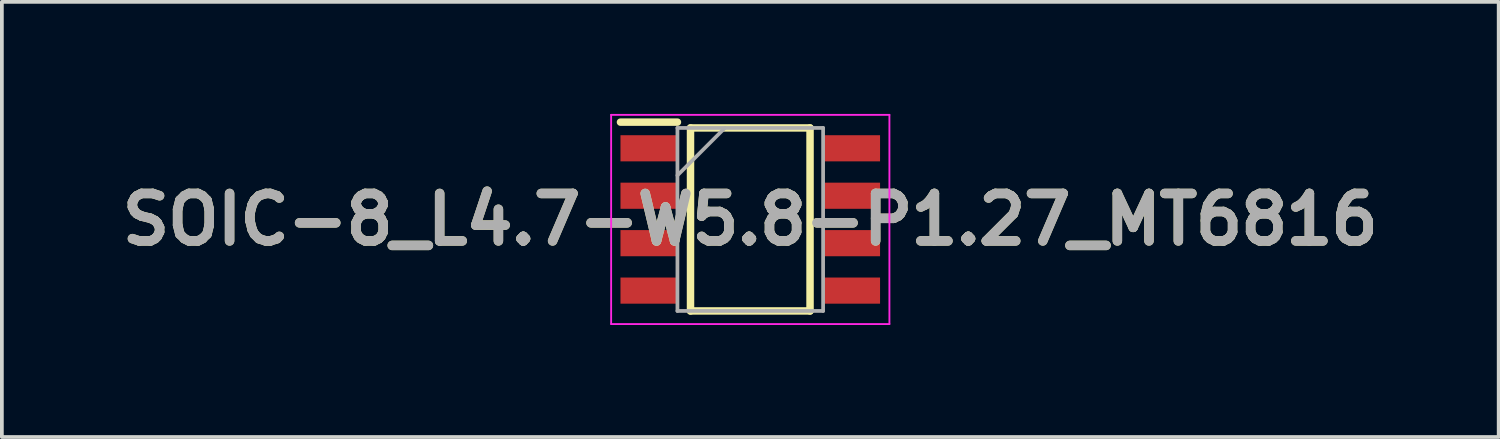
<source format=kicad_pcb>
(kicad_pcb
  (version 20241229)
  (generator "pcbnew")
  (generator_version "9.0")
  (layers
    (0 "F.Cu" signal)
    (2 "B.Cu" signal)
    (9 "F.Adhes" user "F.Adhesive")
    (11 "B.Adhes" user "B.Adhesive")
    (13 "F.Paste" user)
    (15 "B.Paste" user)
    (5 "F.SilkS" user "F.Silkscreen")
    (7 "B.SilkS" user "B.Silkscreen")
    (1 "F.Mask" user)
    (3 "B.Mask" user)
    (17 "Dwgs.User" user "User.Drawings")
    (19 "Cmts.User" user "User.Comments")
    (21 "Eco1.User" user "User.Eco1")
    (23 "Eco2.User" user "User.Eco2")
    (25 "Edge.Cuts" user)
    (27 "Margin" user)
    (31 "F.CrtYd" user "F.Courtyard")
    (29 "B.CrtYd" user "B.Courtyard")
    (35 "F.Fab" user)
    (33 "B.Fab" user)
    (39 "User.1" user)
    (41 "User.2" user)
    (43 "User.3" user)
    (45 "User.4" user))
  (footprint "SOIC-8_L4.7-W5.8-P1.27_MT6816"
    (layer "F.Cu")
    (at 17.036 2.825)
    (property "Reference" "SOIC-8_L4.7-W5.8-P1.27_MT6816" (at 0 0 0) (layer "F.SilkS") (effects (font (size 1.27 1.27) (thickness 0.254))))
    (attr smd)
    (fp_line (start -3.475 -2.605) (end -1.95 -2.605) (stroke (width 0.2) (type solid)) (layer "F.SilkS"))
    (fp_line (start -1.6 -2.45) (end 1.6 -2.45) (stroke (width 0.2) (type solid)) (layer "F.SilkS"))
    (fp_line (start -1.6 2.45) (end -1.6 -2.45) (stroke (width 0.2) (type solid)) (layer "F.SilkS"))
    (fp_line (start 1.6 -2.45) (end 1.6 2.45) (stroke (width 0.2) (type solid)) (layer "F.SilkS"))
    (fp_line (start 1.6 2.45) (end -1.6 2.45) (stroke (width 0.2) (type solid)) (layer "F.SilkS"))
    (fp_line (start -3.725 -2.8) (end 3.725 -2.8) (stroke (width 0.05) (type solid)) (layer "F.CrtYd"))
    (fp_line (start -3.725 2.8) (end -3.725 -2.8) (stroke (width 0.05) (type solid)) (layer "F.CrtYd"))
    (fp_line (start 3.725 -2.8) (end 3.725 2.8) (stroke (width 0.05) (type solid)) (layer "F.CrtYd"))
    (fp_line (start 3.725 2.8) (end -3.725 2.8) (stroke (width 0.05) (type solid)) (layer "F.CrtYd"))
    (fp_line (start -1.95 -2.45) (end 1.95 -2.45) (stroke (width 0.1) (type solid)) (layer "F.Fab"))
    (fp_line (start -1.95 -1.18) (end -0.68 -2.45) (stroke (width 0.1) (type solid)) (layer "F.Fab"))
    (fp_line (start -1.95 2.45) (end -1.95 -2.45) (stroke (width 0.1) (type solid)) (layer "F.Fab"))
    (fp_line (start 1.95 -2.45) (end 1.95 2.45) (stroke (width 0.1) (type solid)) (layer "F.Fab"))
    (fp_line (start 1.95 2.45) (end -1.95 2.45) (stroke (width 0.1) (type solid)) (layer "F.Fab"))
    (fp_text user "${REFERENCE}" (at 0 0 0) (layer "F.Fab") (effects (font (size 1.27 1.27) (thickness 0.254))))
    (pad "1" smd rect (at -2.712 -1.905 90) (size 0.7 1.525) (layers "F.Cu" "F.Mask" "F.Paste"))
    (pad "2" smd rect (at -2.712 -0.635 90) (size 0.7 1.525) (layers "F.Cu" "F.Mask" "F.Paste"))
    (pad "3" smd rect (at -2.712 0.635 90) (size 0.7 1.525) (layers "F.Cu" "F.Mask" "F.Paste"))
    (pad "4" smd rect (at -2.712 1.905 90) (size 0.7 1.525) (layers "F.Cu" "F.Mask" "F.Paste"))
    (pad "5" smd rect (at 2.712 1.905 90) (size 0.7 1.525) (layers "F.Cu" "F.Mask" "F.Paste"))
    (pad "6" smd rect (at 2.712 0.635 90) (size 0.7 1.525) (layers "F.Cu" "F.Mask" "F.Paste"))
    (pad "7" smd rect (at 2.712 -0.635 90) (size 0.7 1.525) (layers "F.Cu" "F.Mask" "F.Paste"))
    (pad "8" smd rect (at 2.712 -1.905 90) (size 0.7 1.525) (layers "F.Cu" "F.Mask" "F.Paste")))
  (gr_rect
    (start -3 -3)
    (end 37.072 8.65)
    (stroke (width 0.1) (type default))
    (fill no)
    (layer "Edge.Cuts")))
</source>
